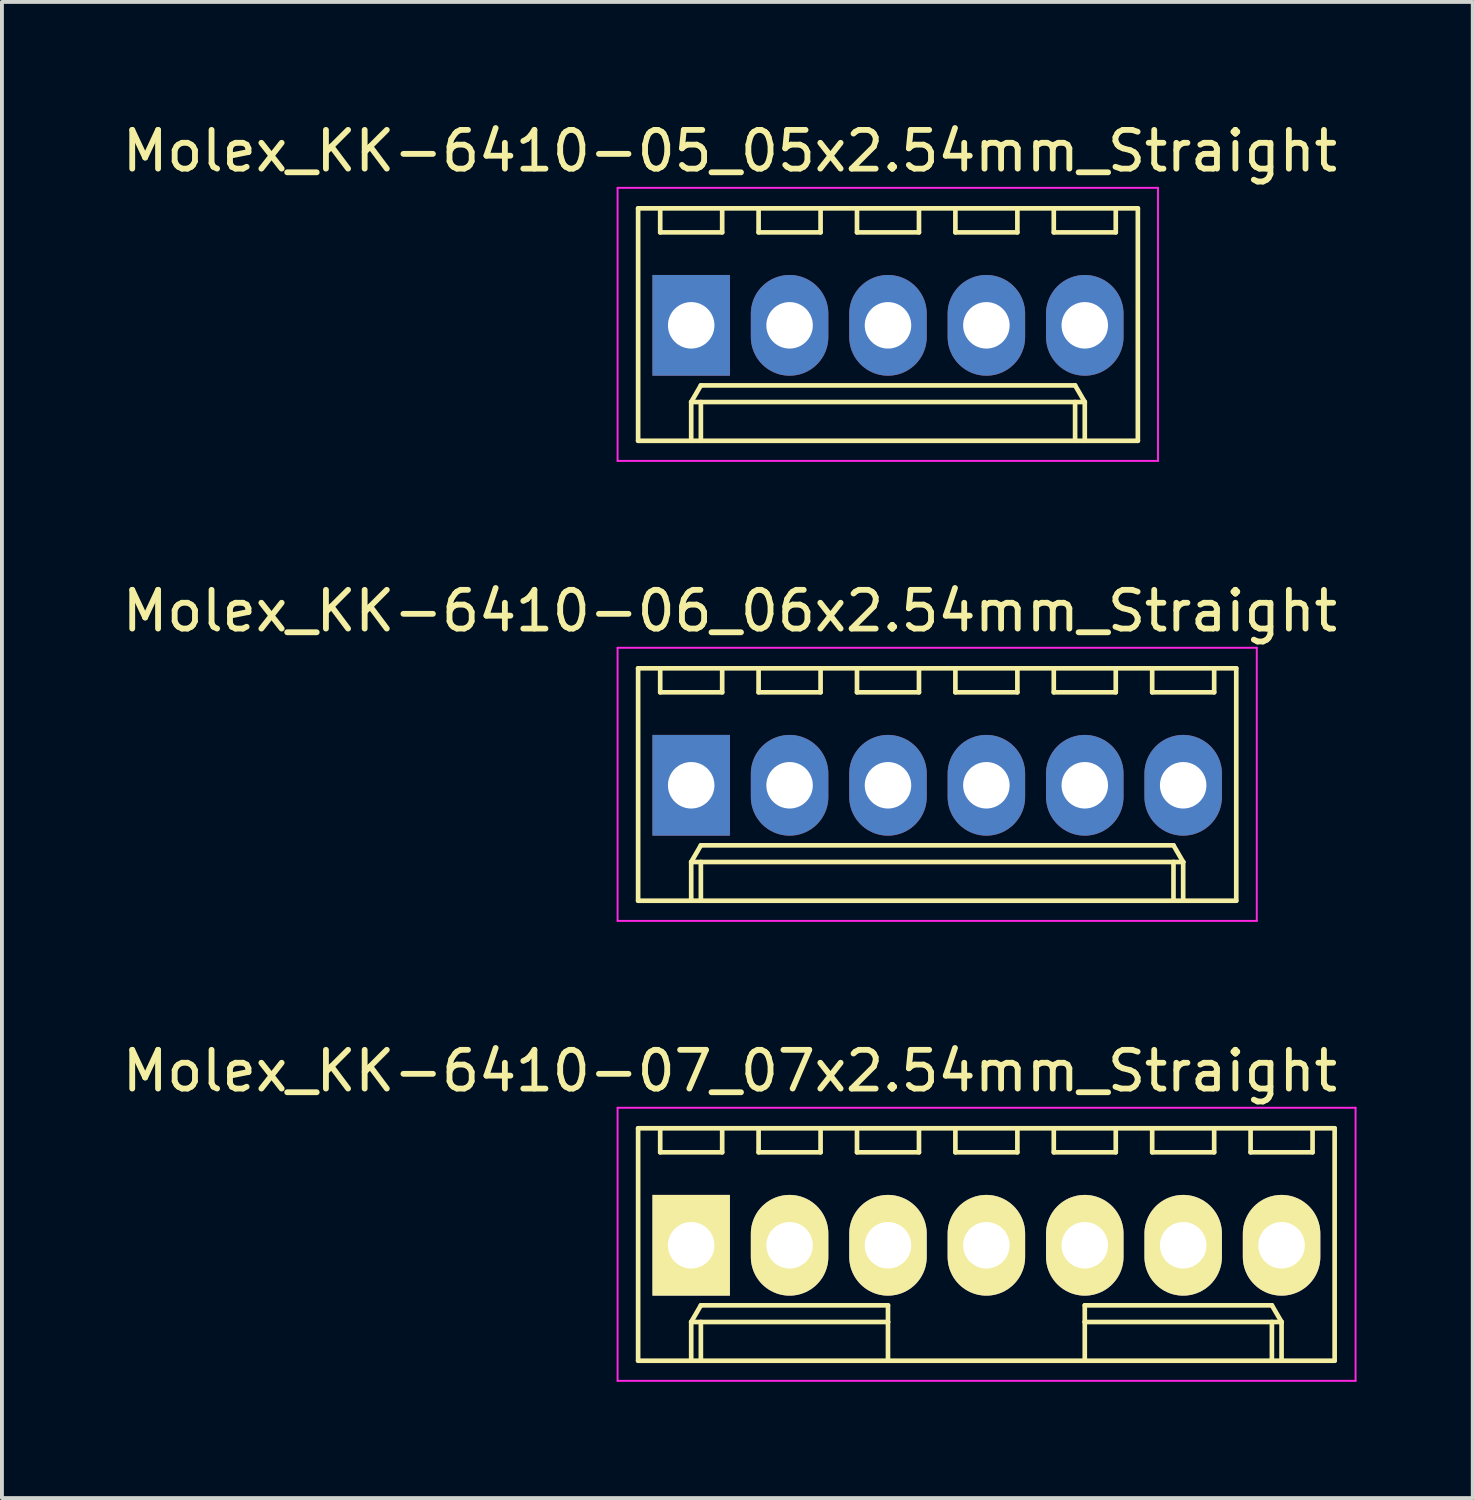
<source format=kicad_pcb>
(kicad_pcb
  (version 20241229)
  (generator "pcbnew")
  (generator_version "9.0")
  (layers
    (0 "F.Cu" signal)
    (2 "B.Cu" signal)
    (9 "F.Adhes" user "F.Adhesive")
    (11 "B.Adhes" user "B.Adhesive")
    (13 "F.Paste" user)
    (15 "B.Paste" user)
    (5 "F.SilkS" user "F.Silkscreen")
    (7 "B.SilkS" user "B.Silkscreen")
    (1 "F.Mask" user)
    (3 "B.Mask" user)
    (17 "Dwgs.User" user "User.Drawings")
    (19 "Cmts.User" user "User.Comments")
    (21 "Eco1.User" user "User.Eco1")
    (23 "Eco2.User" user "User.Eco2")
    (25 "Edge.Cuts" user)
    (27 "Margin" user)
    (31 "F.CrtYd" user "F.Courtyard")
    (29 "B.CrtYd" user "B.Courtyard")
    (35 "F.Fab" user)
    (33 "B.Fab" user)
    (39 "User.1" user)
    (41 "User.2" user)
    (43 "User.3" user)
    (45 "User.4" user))
  (footprint "Molex_KK-6410-07_07x2.54mm_Straight"
    (layer "F.Cu")
    (at 14.792 29.095)
    (property "Reference" "Molex_KK-6410-07_07x2.54mm_Straight" (at 1 -4.5 0) (layer "F.SilkS") (effects (font (size 1 1) (thickness 0.15))))
    (attr through_hole)
    (fp_line (start -1.37 -3.02) (end -1.37 2.98) (stroke (width 0.12) (type solid)) (layer "F.SilkS"))
    (fp_line (start -1.37 2.98) (end 16.61 2.98) (stroke (width 0.12) (type solid)) (layer "F.SilkS"))
    (fp_line (start -0.8 -3.02) (end -0.8 -2.4) (stroke (width 0.12) (type solid)) (layer "F.SilkS"))
    (fp_line (start -0.8 -2.4) (end 0.8 -2.4) (stroke (width 0.12) (type solid)) (layer "F.SilkS"))
    (fp_line (start 0 1.98) (end 0.25 1.55) (stroke (width 0.12) (type solid)) (layer "F.SilkS"))
    (fp_line (start 0 1.98) (end 5.08 1.98) (stroke (width 0.12) (type solid)) (layer "F.SilkS"))
    (fp_line (start 0 2.98) (end 0 1.98) (stroke (width 0.12) (type solid)) (layer "F.SilkS"))
    (fp_line (start 0.25 1.55) (end 5.08 1.55) (stroke (width 0.12) (type solid)) (layer "F.SilkS"))
    (fp_line (start 0.25 2.98) (end 0.25 1.98) (stroke (width 0.12) (type solid)) (layer "F.SilkS"))
    (fp_line (start 0.8 -2.4) (end 0.8 -3.02) (stroke (width 0.12) (type solid)) (layer "F.SilkS"))
    (fp_line (start 1.74 -3.02) (end 1.74 -2.4) (stroke (width 0.12) (type solid)) (layer "F.SilkS"))
    (fp_line (start 1.74 -2.4) (end 3.34 -2.4) (stroke (width 0.12) (type solid)) (layer "F.SilkS"))
    (fp_line (start 3.34 -2.4) (end 3.34 -3.02) (stroke (width 0.12) (type solid)) (layer "F.SilkS"))
    (fp_line (start 4.28 -3.02) (end 4.28 -2.4) (stroke (width 0.12) (type solid)) (layer "F.SilkS"))
    (fp_line (start 4.28 -2.4) (end 5.88 -2.4) (stroke (width 0.12) (type solid)) (layer "F.SilkS"))
    (fp_line (start 5.08 1.55) (end 5.08 1.98) (stroke (width 0.12) (type solid)) (layer "F.SilkS"))
    (fp_line (start 5.08 1.98) (end 5.08 2.98) (stroke (width 0.12) (type solid)) (layer "F.SilkS"))
    (fp_line (start 5.88 -2.4) (end 5.88 -3.02) (stroke (width 0.12) (type solid)) (layer "F.SilkS"))
    (fp_line (start 6.82 -3.02) (end 6.82 -2.4) (stroke (width 0.12) (type solid)) (layer "F.SilkS"))
    (fp_line (start 6.82 -2.4) (end 8.42 -2.4) (stroke (width 0.12) (type solid)) (layer "F.SilkS"))
    (fp_line (start 8.42 -2.4) (end 8.42 -3.02) (stroke (width 0.12) (type solid)) (layer "F.SilkS"))
    (fp_line (start 9.36 -3.02) (end 9.36 -2.4) (stroke (width 0.12) (type solid)) (layer "F.SilkS"))
    (fp_line (start 9.36 -2.4) (end 10.96 -2.4) (stroke (width 0.12) (type solid)) (layer "F.SilkS"))
    (fp_line (start 10.16 1.55) (end 10.16 1.98) (stroke (width 0.12) (type solid)) (layer "F.SilkS"))
    (fp_line (start 10.16 1.98) (end 10.16 2.98) (stroke (width 0.12) (type solid)) (layer "F.SilkS"))
    (fp_line (start 10.96 -2.4) (end 10.96 -3.02) (stroke (width 0.12) (type solid)) (layer "F.SilkS"))
    (fp_line (start 11.9 -3.02) (end 11.9 -2.4) (stroke (width 0.12) (type solid)) (layer "F.SilkS"))
    (fp_line (start 11.9 -2.4) (end 13.5 -2.4) (stroke (width 0.12) (type solid)) (layer "F.SilkS"))
    (fp_line (start 13.5 -2.4) (end 13.5 -3.02) (stroke (width 0.12) (type solid)) (layer "F.SilkS"))
    (fp_line (start 14.44 -3.02) (end 14.44 -2.4) (stroke (width 0.12) (type solid)) (layer "F.SilkS"))
    (fp_line (start 14.44 -2.4) (end 16.04 -2.4) (stroke (width 0.12) (type solid)) (layer "F.SilkS"))
    (fp_line (start 14.99 1.55) (end 10.16 1.55) (stroke (width 0.12) (type solid)) (layer "F.SilkS"))
    (fp_line (start 14.99 2.98) (end 14.99 1.98) (stroke (width 0.12) (type solid)) (layer "F.SilkS"))
    (fp_line (start 15.24 1.98) (end 10.16 1.98) (stroke (width 0.12) (type solid)) (layer "F.SilkS"))
    (fp_line (start 15.24 1.98) (end 14.99 1.55) (stroke (width 0.12) (type solid)) (layer "F.SilkS"))
    (fp_line (start 15.24 2.98) (end 15.24 1.98) (stroke (width 0.12) (type solid)) (layer "F.SilkS"))
    (fp_line (start 16.04 -2.4) (end 16.04 -3.02) (stroke (width 0.12) (type solid)) (layer "F.SilkS"))
    (fp_line (start 16.61 -3.02) (end -1.37 -3.02) (stroke (width 0.12) (type solid)) (layer "F.SilkS"))
    (fp_line (start 16.61 2.98) (end 16.61 -3.02) (stroke (width 0.12) (type solid)) (layer "F.SilkS"))
    (fp_line (start -1.9 -3.55) (end 17.15 -3.55) (stroke (width 0.05) (type solid)) (layer "F.CrtYd"))
    (fp_line (start -1.9 3.5) (end -1.9 -3.55) (stroke (width 0.05) (type solid)) (layer "F.CrtYd"))
    (fp_line (start 17.15 -3.55) (end 17.15 3.5) (stroke (width 0.05) (type solid)) (layer "F.CrtYd"))
    (fp_line (start 17.15 3.5) (end -1.9 3.5) (stroke (width 0.05) (type solid)) (layer "F.CrtYd"))
    (pad "1" thru_hole rect (at 0 0) (size 2 2.6) (drill 1.2) (layers "*.Cu" "*.Mask" "F.SilkS"))
    (pad "2" thru_hole oval (at 2.54 0) (size 2 2.6) (drill 1.2) (layers "*.Cu" "*.Mask" "F.SilkS"))
    (pad "3" thru_hole oval (at 5.08 0) (size 2 2.6) (drill 1.2) (layers "*.Cu" "*.Mask" "F.SilkS"))
    (pad "4" thru_hole oval (at 7.62 0) (size 2 2.6) (drill 1.2) (layers "*.Cu" "*.Mask" "F.SilkS"))
    (pad "5" thru_hole oval (at 10.16 0) (size 2 2.6) (drill 1.2) (layers "*.Cu" "*.Mask" "F.SilkS"))
    (pad "6" thru_hole oval (at 12.7 0) (size 2 2.6) (drill 1.2) (layers "*.Cu" "*.Mask" "F.SilkS"))
    (pad "7" thru_hole oval (at 15.24 0) (size 2 2.6) (drill 1.2) (layers "*.Cu" "*.Mask" "F.SilkS")))
  (footprint "Molex_KK-6410-06_06x2.54mm_Straight"
    (layer "F.Cu")
    (at 14.792 17.221)
    (property "Reference" "Molex_KK-6410-06_06x2.54mm_Straight" (at 1 -4.5 0) (layer "F.SilkS") (effects (font (size 1 1) (thickness 0.15))))
    (attr through_hole)
    (fp_line (start -1.37 -3.02) (end -1.37 2.98) (stroke (width 0.12) (type solid)) (layer "F.SilkS"))
    (fp_line (start -1.37 2.98) (end 14.07 2.98) (stroke (width 0.12) (type solid)) (layer "F.SilkS"))
    (fp_line (start -0.8 -3.02) (end -0.8 -2.4) (stroke (width 0.12) (type solid)) (layer "F.SilkS"))
    (fp_line (start -0.8 -2.4) (end 0.8 -2.4) (stroke (width 0.12) (type solid)) (layer "F.SilkS"))
    (fp_line (start 0 1.98) (end 0.25 1.55) (stroke (width 0.12) (type solid)) (layer "F.SilkS"))
    (fp_line (start 0 1.98) (end 12.7 1.98) (stroke (width 0.12) (type solid)) (layer "F.SilkS"))
    (fp_line (start 0 2.98) (end 0 1.98) (stroke (width 0.12) (type solid)) (layer "F.SilkS"))
    (fp_line (start 0.25 1.55) (end 12.45 1.55) (stroke (width 0.12) (type solid)) (layer "F.SilkS"))
    (fp_line (start 0.25 2.98) (end 0.25 1.98) (stroke (width 0.12) (type solid)) (layer "F.SilkS"))
    (fp_line (start 0.8 -2.4) (end 0.8 -3.02) (stroke (width 0.12) (type solid)) (layer "F.SilkS"))
    (fp_line (start 1.74 -3.02) (end 1.74 -2.4) (stroke (width 0.12) (type solid)) (layer "F.SilkS"))
    (fp_line (start 1.74 -2.4) (end 3.34 -2.4) (stroke (width 0.12) (type solid)) (layer "F.SilkS"))
    (fp_line (start 3.34 -2.4) (end 3.34 -3.02) (stroke (width 0.12) (type solid)) (layer "F.SilkS"))
    (fp_line (start 4.28 -3.02) (end 4.28 -2.4) (stroke (width 0.12) (type solid)) (layer "F.SilkS"))
    (fp_line (start 4.28 -2.4) (end 5.88 -2.4) (stroke (width 0.12) (type solid)) (layer "F.SilkS"))
    (fp_line (start 5.88 -2.4) (end 5.88 -3.02) (stroke (width 0.12) (type solid)) (layer "F.SilkS"))
    (fp_line (start 6.82 -3.02) (end 6.82 -2.4) (stroke (width 0.12) (type solid)) (layer "F.SilkS"))
    (fp_line (start 6.82 -2.4) (end 8.42 -2.4) (stroke (width 0.12) (type solid)) (layer "F.SilkS"))
    (fp_line (start 8.42 -2.4) (end 8.42 -3.02) (stroke (width 0.12) (type solid)) (layer "F.SilkS"))
    (fp_line (start 9.36 -3.02) (end 9.36 -2.4) (stroke (width 0.12) (type solid)) (layer "F.SilkS"))
    (fp_line (start 9.36 -2.4) (end 10.96 -2.4) (stroke (width 0.12) (type solid)) (layer "F.SilkS"))
    (fp_line (start 10.96 -2.4) (end 10.96 -3.02) (stroke (width 0.12) (type solid)) (layer "F.SilkS"))
    (fp_line (start 11.9 -3.02) (end 11.9 -2.4) (stroke (width 0.12) (type solid)) (layer "F.SilkS"))
    (fp_line (start 11.9 -2.4) (end 13.5 -2.4) (stroke (width 0.12) (type solid)) (layer "F.SilkS"))
    (fp_line (start 12.45 1.55) (end 12.7 1.98) (stroke (width 0.12) (type solid)) (layer "F.SilkS"))
    (fp_line (start 12.45 2.98) (end 12.45 1.98) (stroke (width 0.12) (type solid)) (layer "F.SilkS"))
    (fp_line (start 12.7 1.98) (end 12.7 2.98) (stroke (width 0.12) (type solid)) (layer "F.SilkS"))
    (fp_line (start 13.5 -2.4) (end 13.5 -3.02) (stroke (width 0.12) (type solid)) (layer "F.SilkS"))
    (fp_line (start 14.07 -3.02) (end -1.37 -3.02) (stroke (width 0.12) (type solid)) (layer "F.SilkS"))
    (fp_line (start 14.07 2.98) (end 14.07 -3.02) (stroke (width 0.12) (type solid)) (layer "F.SilkS"))
    (fp_line (start -1.9 -3.55) (end 14.6 -3.55) (stroke (width 0.05) (type solid)) (layer "F.CrtYd"))
    (fp_line (start -1.9 3.5) (end -1.9 -3.55) (stroke (width 0.05) (type solid)) (layer "F.CrtYd"))
    (fp_line (start 14.6 -3.55) (end 14.6 3.5) (stroke (width 0.05) (type solid)) (layer "F.CrtYd"))
    (fp_line (start 14.6 3.5) (end -1.9 3.5) (stroke (width 0.05) (type solid)) (layer "F.CrtYd"))
    (pad "1" thru_hole rect (at 0 0) (size 2 2.6) (drill 1.2) (layers "*.Cu" "*.Mask"))
    (pad "2" thru_hole oval (at 2.54 0) (size 2 2.6) (drill 1.2) (layers "*.Cu" "*.Mask"))
    (pad "3" thru_hole oval (at 5.08 0) (size 2 2.6) (drill 1.2) (layers "*.Cu" "*.Mask"))
    (pad "4" thru_hole oval (at 7.62 0) (size 2 2.6) (drill 1.2) (layers "*.Cu" "*.Mask"))
    (pad "5" thru_hole oval (at 10.16 0) (size 2 2.6) (drill 1.2) (layers "*.Cu" "*.Mask"))
    (pad "6" thru_hole oval (at 12.7 0) (size 2 2.6) (drill 1.2) (layers "*.Cu" "*.Mask")))
  (footprint "Molex_KK-6410-05_05x2.54mm_Straight"
    (layer "F.Cu")
    (at 14.792 5.348)
    (property "Reference" "Molex_KK-6410-05_05x2.54mm_Straight" (at 1 -4.5 0) (layer "F.SilkS") (effects (font (size 1 1) (thickness 0.15))))
    (attr through_hole)
    (fp_line (start -1.37 -3.02) (end -1.37 2.98) (stroke (width 0.12) (type solid)) (layer "F.SilkS"))
    (fp_line (start -1.37 2.98) (end 11.53 2.98) (stroke (width 0.12) (type solid)) (layer "F.SilkS"))
    (fp_line (start -0.8 -3.02) (end -0.8 -2.4) (stroke (width 0.12) (type solid)) (layer "F.SilkS"))
    (fp_line (start -0.8 -2.4) (end 0.8 -2.4) (stroke (width 0.12) (type solid)) (layer "F.SilkS"))
    (fp_line (start 0 1.98) (end 0.25 1.55) (stroke (width 0.12) (type solid)) (layer "F.SilkS"))
    (fp_line (start 0 1.98) (end 10.16 1.98) (stroke (width 0.12) (type solid)) (layer "F.SilkS"))
    (fp_line (start 0 2.98) (end 0 1.98) (stroke (width 0.12) (type solid)) (layer "F.SilkS"))
    (fp_line (start 0.25 1.55) (end 9.91 1.55) (stroke (width 0.12) (type solid)) (layer "F.SilkS"))
    (fp_line (start 0.25 2.98) (end 0.25 1.98) (stroke (width 0.12) (type solid)) (layer "F.SilkS"))
    (fp_line (start 0.8 -2.4) (end 0.8 -3.02) (stroke (width 0.12) (type solid)) (layer "F.SilkS"))
    (fp_line (start 1.74 -3.02) (end 1.74 -2.4) (stroke (width 0.12) (type solid)) (layer "F.SilkS"))
    (fp_line (start 1.74 -2.4) (end 3.34 -2.4) (stroke (width 0.12) (type solid)) (layer "F.SilkS"))
    (fp_line (start 3.34 -2.4) (end 3.34 -3.02) (stroke (width 0.12) (type solid)) (layer "F.SilkS"))
    (fp_line (start 4.28 -3.02) (end 4.28 -2.4) (stroke (width 0.12) (type solid)) (layer "F.SilkS"))
    (fp_line (start 4.28 -2.4) (end 5.88 -2.4) (stroke (width 0.12) (type solid)) (layer "F.SilkS"))
    (fp_line (start 5.88 -2.4) (end 5.88 -3.02) (stroke (width 0.12) (type solid)) (layer "F.SilkS"))
    (fp_line (start 6.82 -3.02) (end 6.82 -2.4) (stroke (width 0.12) (type solid)) (layer "F.SilkS"))
    (fp_line (start 6.82 -2.4) (end 8.42 -2.4) (stroke (width 0.12) (type solid)) (layer "F.SilkS"))
    (fp_line (start 8.42 -2.4) (end 8.42 -3.02) (stroke (width 0.12) (type solid)) (layer "F.SilkS"))
    (fp_line (start 9.36 -3.02) (end 9.36 -2.4) (stroke (width 0.12) (type solid)) (layer "F.SilkS"))
    (fp_line (start 9.36 -2.4) (end 10.96 -2.4) (stroke (width 0.12) (type solid)) (layer "F.SilkS"))
    (fp_line (start 9.91 1.55) (end 10.16 1.98) (stroke (width 0.12) (type solid)) (layer "F.SilkS"))
    (fp_line (start 9.91 2.98) (end 9.91 1.98) (stroke (width 0.12) (type solid)) (layer "F.SilkS"))
    (fp_line (start 10.16 1.98) (end 10.16 2.98) (stroke (width 0.12) (type solid)) (layer "F.SilkS"))
    (fp_line (start 10.96 -2.4) (end 10.96 -3.02) (stroke (width 0.12) (type solid)) (layer "F.SilkS"))
    (fp_line (start 11.53 -3.02) (end -1.37 -3.02) (stroke (width 0.12) (type solid)) (layer "F.SilkS"))
    (fp_line (start 11.53 2.98) (end 11.53 -3.02) (stroke (width 0.12) (type solid)) (layer "F.SilkS"))
    (fp_line (start -1.9 -3.55) (end 12.05 -3.55) (stroke (width 0.05) (type solid)) (layer "F.CrtYd"))
    (fp_line (start -1.9 3.5) (end -1.9 -3.55) (stroke (width 0.05) (type solid)) (layer "F.CrtYd"))
    (fp_line (start 12.05 -3.55) (end 12.05 3.5) (stroke (width 0.05) (type solid)) (layer "F.CrtYd"))
    (fp_line (start 12.05 3.5) (end -1.9 3.5) (stroke (width 0.05) (type solid)) (layer "F.CrtYd"))
    (pad "1" thru_hole rect (at 0 0) (size 2 2.6) (drill 1.2) (layers "*.Cu" "*.Mask"))
    (pad "2" thru_hole oval (at 2.54 0) (size 2 2.6) (drill 1.2) (layers "*.Cu" "*.Mask"))
    (pad "3" thru_hole oval (at 5.08 0) (size 2 2.6) (drill 1.2) (layers "*.Cu" "*.Mask"))
    (pad "4" thru_hole oval (at 7.62 0) (size 2 2.6) (drill 1.2) (layers "*.Cu" "*.Mask"))
    (pad "5" thru_hole oval (at 10.16 0) (size 2 2.6) (drill 1.2) (layers "*.Cu" "*.Mask")))
  (gr_rect
    (start -3 -3)
    (end 34.967 35.62)
    (stroke (width 0.1) (type default))
    (fill no)
    (layer "Edge.Cuts")))
</source>
